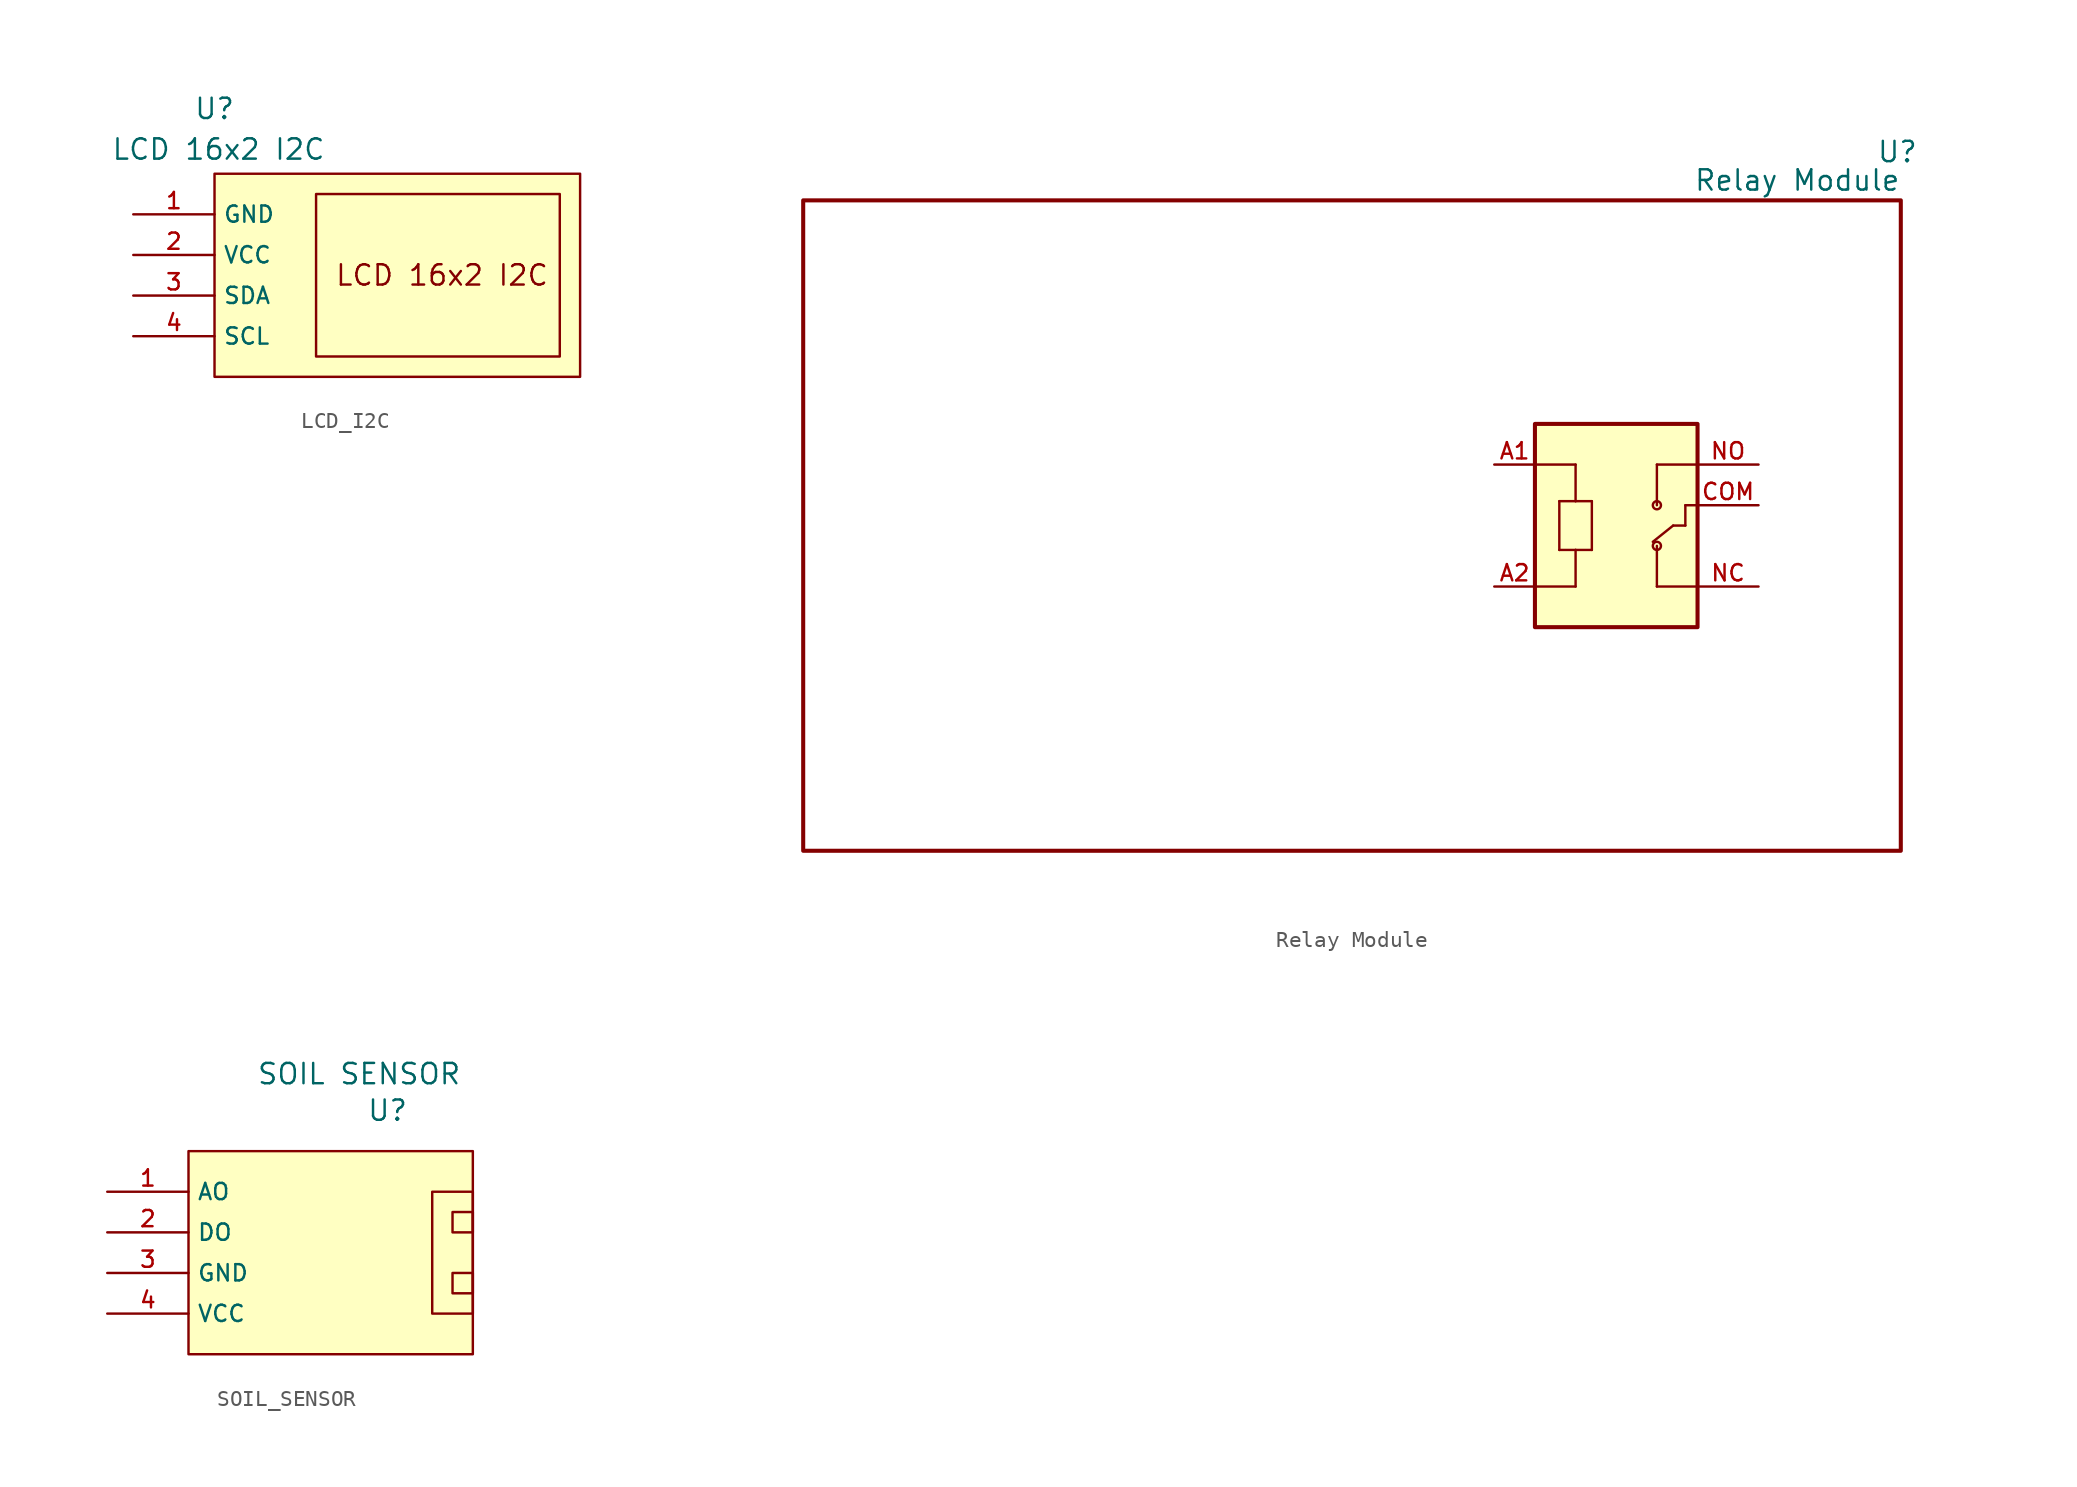
<source format=kicad_sym>
(kicad_symbol_lib
  (version 20231120)
  (generator "kicad_symbol_editor")
  (generator_version "8.0")
  (symbol "LCD_I2C"
    (property "Reference" "U"
      (at 0 10.414 0)
      (effects (font (size 1.27 1.27))))
    (property "Value" "LCD 16x2 I2C"
      (at 0.254 7.874 0)
      (effects (font (size 1.27 1.27))))
    (symbol "LCD_I2C_0_1"
      (rectangle (start 6.35 5.08) (end 21.59 -5.08) (stroke (width 0) (type default)) (fill (type none))))
    (symbol "LCD_I2C_1_0"
      (pin passive line (at -5.08 3.81 0) (length 5.08) (name "GND" (effects (font (size 1.016 1.016)))) (number "1" (effects (font (size 1.016 1.016)))))
      (pin passive line (at -5.08 1.27 0) (length 5.08) (name "VCC" (effects (font (size 1.016 1.016)))) (number "2" (effects (font (size 1.016 1.016)))))
      (pin passive line (at -5.08 -1.27 0) (length 5.08) (name "SDA" (effects (font (size 1.016 1.016)))) (number "3" (effects (font (size 1.016 1.016)))))
      (pin passive line (at -5.08 -3.81 0) (length 5.08) (name "SCL" (effects (font (size 1.016 1.016)))) (number "4" (effects (font (size 1.016 1.016))))))
    (symbol "LCD_I2C_1_1"
      (rectangle (start 0 6.35) (end 22.86 -6.35) (stroke (width 0) (type default)) (fill (type background)))
      (text "LCD 16x2 I2C" (at 14.224 0 0) (effects (font (size 1.27 1.27))))))
  (symbol "Relay Module"
    (pin_names
      (offset 1.016))
    (property "Reference" "U"
      (at 16.256 22.606 0)
      (effects (font (size 1.27 1.27)) (justify left bottom)))
    (property "Value" "Relay Module"
      (at 4.826 20.828 0)
      (effects (font (size 1.27 1.27)) (justify left bottom)))
    (symbol "Relay Module_0_0"
      (rectangle (start -5.08 -6.35) (end 5.08 6.35) (stroke (width 0.254) (type default)) (fill (type background)))
      (polyline (pts (xy -5.08 3.81) (xy -2.54 3.81)) (stroke (width 0.152) (type default)) (fill (type none)))
      (polyline (pts (xy -3.556 -1.524) (xy -2.54 -1.524)) (stroke (width 0.152) (type default)) (fill (type none)))
      (polyline (pts (xy -3.556 1.524) (xy -3.556 -1.524)) (stroke (width 0.152) (type default)) (fill (type none)))
      (polyline (pts (xy -2.54 -3.81) (xy -5.08 -3.81)) (stroke (width 0.152) (type default)) (fill (type none)))
      (polyline (pts (xy -2.54 -1.524) (xy -2.54 -3.81)) (stroke (width 0.152) (type default)) (fill (type none)))
      (polyline (pts (xy -2.54 -1.524) (xy -1.524 -1.524)) (stroke (width 0.152) (type default)) (fill (type none)))
      (polyline (pts (xy -2.54 1.524) (xy -3.556 1.524)) (stroke (width 0.152) (type default)) (fill (type none)))
      (polyline (pts (xy -2.54 3.81) (xy -2.54 1.524)) (stroke (width 0.152) (type default)) (fill (type none)))
      (polyline (pts (xy -1.524 -1.524) (xy -1.524 1.524)) (stroke (width 0.152) (type default)) (fill (type none)))
      (polyline (pts (xy -1.524 1.524) (xy -2.54 1.524)) (stroke (width 0.152) (type default)) (fill (type none)))
      (polyline (pts (xy 2.54 -3.81) (xy 5.08 -3.81)) (stroke (width 0.152) (type default)) (fill (type none)))
      (polyline (pts (xy 2.54 -1.27) (xy 2.54 -3.81)) (stroke (width 0.152) (type default)) (fill (type none)))
      (polyline (pts (xy 2.54 3.81) (xy 2.54 1.27)) (stroke (width 0.152) (type default)) (fill (type none)))
      (polyline (pts (xy 3.556 0) (xy 2.286 -1.016)) (stroke (width 0.152) (type default)) (fill (type none)))
      (polyline (pts (xy 3.556 0) (xy 4.318 0)) (stroke (width 0.152) (type default)) (fill (type none)))
      (polyline (pts (xy 4.318 0) (xy 4.318 1.27)) (stroke (width 0.152) (type default)) (fill (type none)))
      (polyline (pts (xy 4.318 1.27) (xy 5.08 1.27)) (stroke (width 0.152) (type default)) (fill (type none)))
      (polyline (pts (xy 5.08 3.81) (xy 2.54 3.81)) (stroke (width 0.152) (type default)) (fill (type none)))
      (circle (center 2.54 -1.27) (radius 0.254) (stroke (width 0.152) (type default)) (fill (type none)))
      (circle (center 2.54 1.27) (radius 0.254) (stroke (width 0.152) (type default)) (fill (type none)))
      (pin passive line (at -7.62 3.81 0) (length 2.54) (name "~" (effects (font (size 1.016 1.016)))) (number "A1" (effects (font (size 1.016 1.016)))))
      (pin passive line (at -7.62 -3.81 0) (length 2.54) (name "~" (effects (font (size 1.016 1.016)))) (number "A2" (effects (font (size 1.016 1.016)))))
      (pin passive line (at 8.89 1.27 180) (length 3.81) (name "~" (effects (font (size 1.016 1.016)))) (number "COM" (effects (font (size 1.016 1.016)))))
      (pin passive line (at 8.89 -3.81 180) (length 3.81) (name "~" (effects (font (size 1.016 1.016)))) (number "NC" (effects (font (size 1.016 1.016)))))
      (pin passive line (at 8.89 3.81 180) (length 3.81) (name "~" (effects (font (size 1.016 1.016)))) (number "NO" (effects (font (size 1.016 1.016))))))
    (symbol "Relay Module_0_1"
      (rectangle (start -50.8 20.32) (end 17.78 -20.32) (stroke (width 0.254) (type default)) (fill (type none)))))
  (symbol "SOIL_SENSOR"
    (property "Reference" "U"
      (at 3.556 8.89 0)
      (effects (font (size 1.27 1.27))))
    (property "Value" "SOIL SENSOR"
      (at 1.778 11.176 0)
      (effects (font (size 1.27 1.27))))
    (symbol "SOIL_SENSOR_0_1"
      (rectangle (start 6.35 3.81) (end 8.89 -3.81) (stroke (width 0) (type default)) (fill (type none)))
      (rectangle (start 7.62 -1.27) (end 8.89 -2.54) (stroke (width 0) (type default)) (fill (type none)))
      (rectangle (start 7.62 2.54) (end 8.89 1.27) (stroke (width 0) (type default)) (fill (type none))))
    (symbol "SOIL_SENSOR_1_0"
      (pin passive line (at -13.97 3.81 0) (length 5.08) (name "AO" (effects (font (size 1.016 1.016)))) (number "1" (effects (font (size 1.016 1.016)))))
      (pin passive line (at -13.97 1.27 0) (length 5.08) (name "DO" (effects (font (size 1.016 1.016)))) (number "2" (effects (font (size 1.016 1.016)))))
      (pin passive line (at -13.97 -1.27 0) (length 5.08) (name "GND" (effects (font (size 1.016 1.016)))) (number "3" (effects (font (size 1.016 1.016)))))
      (pin passive line (at -13.97 -3.81 0) (length 5.08) (name "VCC" (effects (font (size 1.016 1.016)))) (number "4" (effects (font (size 1.016 1.016))))))
    (symbol "SOIL_SENSOR_1_1"
      (rectangle (start -8.89 6.35) (end 8.89 -6.35) (stroke (width 0) (type default)) (fill (type background))))))
</source>
